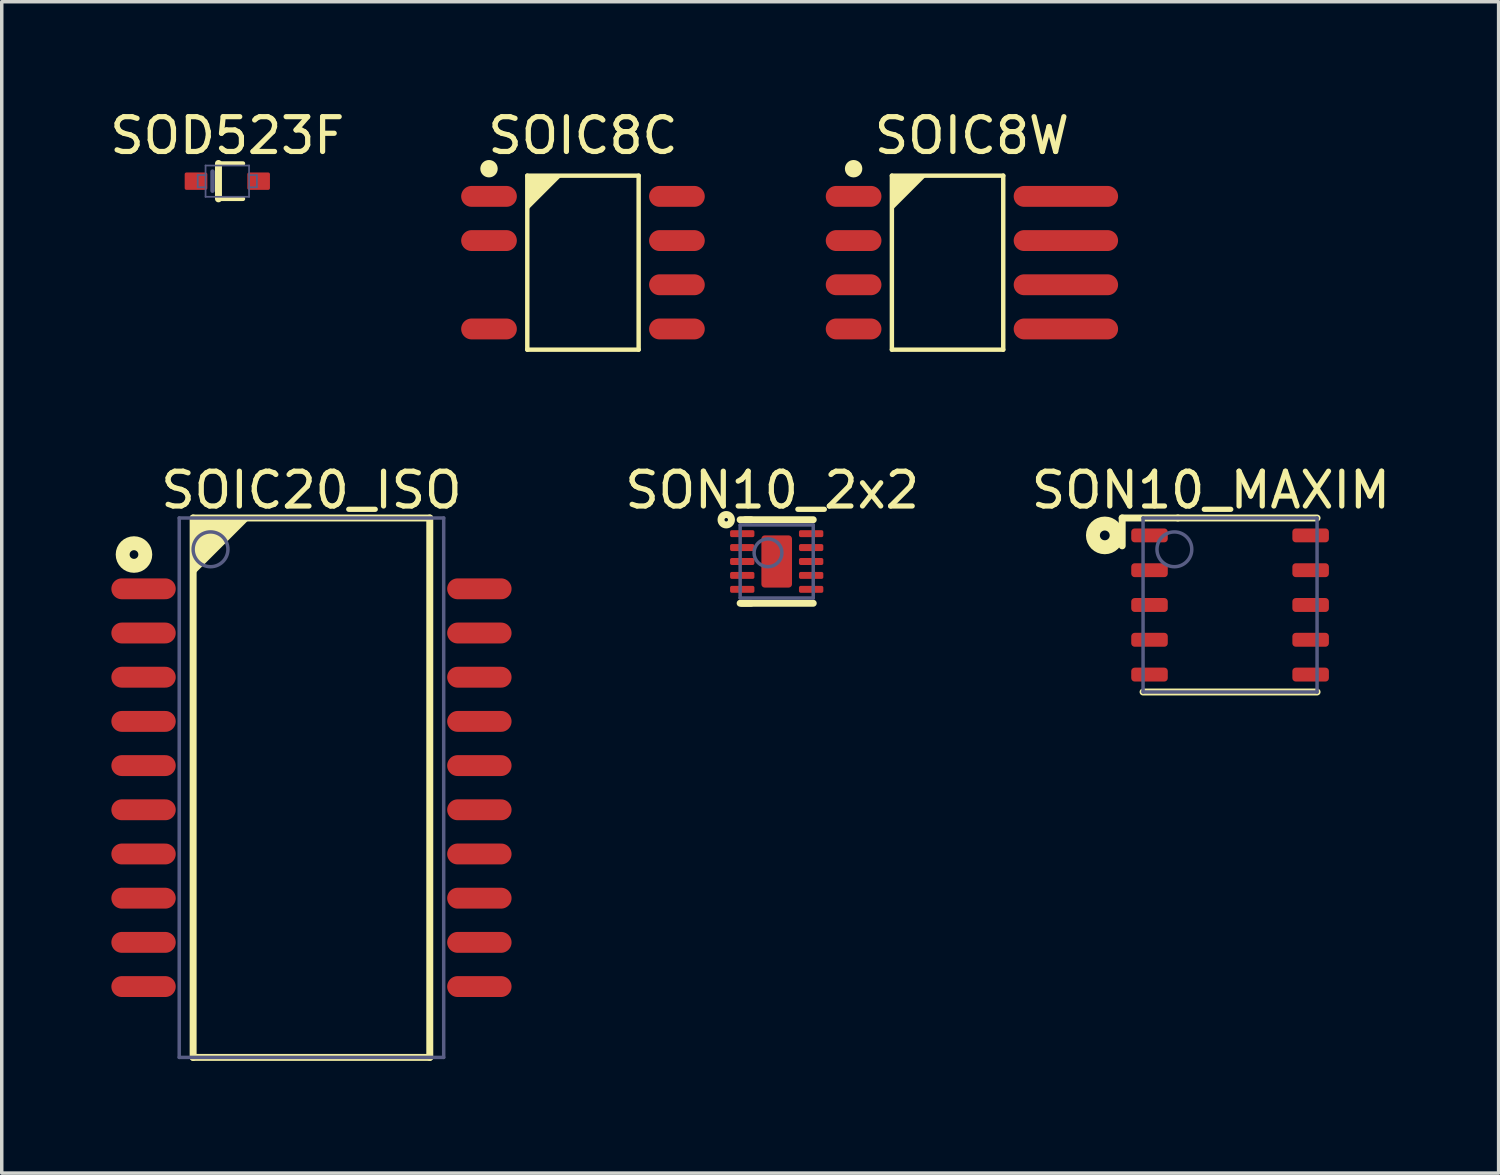
<source format=kicad_pcb>
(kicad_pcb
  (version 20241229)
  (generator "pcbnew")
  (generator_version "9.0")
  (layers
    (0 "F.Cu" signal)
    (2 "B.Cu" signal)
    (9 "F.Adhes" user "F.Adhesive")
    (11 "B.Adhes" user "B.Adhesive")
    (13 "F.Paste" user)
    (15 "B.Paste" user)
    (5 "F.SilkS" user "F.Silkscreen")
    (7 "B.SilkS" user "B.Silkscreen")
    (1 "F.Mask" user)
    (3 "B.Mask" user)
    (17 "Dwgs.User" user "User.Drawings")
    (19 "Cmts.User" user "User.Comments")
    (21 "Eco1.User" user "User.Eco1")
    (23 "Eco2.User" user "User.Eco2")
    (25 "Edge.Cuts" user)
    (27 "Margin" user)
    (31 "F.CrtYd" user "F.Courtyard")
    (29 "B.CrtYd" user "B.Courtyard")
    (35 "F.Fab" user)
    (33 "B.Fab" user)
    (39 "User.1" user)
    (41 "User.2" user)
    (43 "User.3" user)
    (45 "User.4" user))
  (footprint "SOIC8C"
    (layer "F.Cu")
    (at 13.702 4.498)
    (property "Reference" "SOIC8C" (at 0 -3.65 0) (layer "F.SilkS") (effects (font (size 1 1) (thickness 0.15))))
    (fp_line (start -1.6 -2.5) (end 1.6 -2.5) (stroke (width 0.127) (type solid)) (layer "F.SilkS"))
    (fp_line (start -1.6 2.5) (end -1.6 -2.5) (stroke (width 0.127) (type solid)) (layer "F.SilkS"))
    (fp_line (start -1.6 2.5) (end 1.6 2.5) (stroke (width 0.127) (type solid)) (layer "F.SilkS"))
    (fp_line (start 1.6 2.5) (end 1.6 -2.5) (stroke (width 0.127) (type solid)) (layer "F.SilkS"))
    (fp_circle (center -2.7 -2.7) (end -2.7 -2.825) (stroke (width 0.25) (type solid)) (fill no) (layer "F.SilkS"))
    (fp_poly (pts (xy -1.6 -2.5) (xy -0.6 -2.5) (xy -1.6 -1.5)) (stroke (width 0) (type default)) (fill yes) (layer "F.SilkS"))
    (fp_line (start -3.7 -2.65) (end 3.7 -2.65) (stroke (width 0.076) (type solid)) (layer "Eco2.User"))
    (fp_line (start -3.7 2.65) (end -3.7 -2.65) (stroke (width 0.076) (type solid)) (layer "Eco2.User"))
    (fp_line (start -3.7 2.65) (end 3.7 2.65) (stroke (width 0.076) (type solid)) (layer "Eco2.User"))
    (fp_line (start 3.7 2.65) (end 3.7 -2.65) (stroke (width 0.076) (type solid)) (layer "Eco2.User"))
    (fp_circle (center 0 0) (end 0 -0.25) (stroke (width 0.5) (type solid)) (fill no) (layer "Eco2.User"))
    (pad "1" smd oval (at -2.7 -1.905 90) (size 0.6 1.6) (layers "F.Cu" "F.Mask" "F.Paste"))
    (pad "2" smd oval (at -2.7 -0.635 90) (size 0.6 1.6) (layers "F.Cu" "F.Mask" "F.Paste"))
    (pad "4" smd oval (at -2.7 1.905 90) (size 0.6 1.6) (layers "F.Cu" "F.Mask" "F.Paste"))
    (pad "5" smd oval (at 2.7 1.905 90) (size 0.6 1.6) (layers "F.Cu" "F.Mask" "F.Paste"))
    (pad "6" smd oval (at 2.7 0.635 90) (size 0.6 1.6) (layers "F.Cu" "F.Mask" "F.Paste"))
    (pad "7" smd oval (at 2.7 -0.635 90) (size 0.6 1.6) (layers "F.Cu" "F.Mask" "F.Paste"))
    (pad "8" smd oval (at 2.7 -1.905 90) (size 0.6 1.6) (layers "F.Cu" "F.Mask" "F.Paste")))
  (footprint "SON10_2x2"
    (layer "F.Cu")
    (at 19.269 13.085)
    (property "Reference" "SON10_2x2" (at -0.13 -2.05 0) (layer "F.SilkS") (effects (font (size 1 1) (thickness 0.15))))
    (fp_line (start -1.05 -1.2) (end -0.74 -1.2) (stroke (width 0.2) (type solid)) (layer "F.SilkS"))
    (fp_line (start -1.05 1.2) (end -0.74 1.2) (stroke (width 0.2) (type solid)) (layer "F.SilkS"))
    (fp_line (start -1 1.2) (end 1.05 1.2) (stroke (width 0.2) (type solid)) (layer "F.SilkS"))
    (fp_line (start -0.9 -1.2) (end 1.05 -1.2) (stroke (width 0.2) (type solid)) (layer "F.SilkS"))
    (fp_circle (center -1.45 -1.2) (end -1.45 -1.25) (stroke (width 0.2) (type solid)) (fill no) (layer "F.SilkS"))
    (fp_line (start -1.605 -1.3) (end 1.605 -1.3) (stroke (width 0.05) (type solid)) (layer "Eco2.User"))
    (fp_line (start -1.605 1.3) (end -1.605 -1.3) (stroke (width 0.05) (type solid)) (layer "Eco2.User"))
    (fp_line (start -1.605 1.3) (end 1.605 1.3) (stroke (width 0.05) (type solid)) (layer "Eco2.User"))
    (fp_line (start -0.5 0) (end 0.5 0) (stroke (width 0.1) (type solid)) (layer "Eco2.User"))
    (fp_line (start 0 0.5) (end 0 -0.5) (stroke (width 0.1) (type solid)) (layer "Eco2.User"))
    (fp_line (start 1.605 1.3) (end 1.605 -1.3) (stroke (width 0.05) (type solid)) (layer "Eco2.User"))
    (fp_line (start -1.05 -1.05) (end 1.05 -1.05) (stroke (width 0.1) (type solid)) (layer "B.Fab"))
    (fp_line (start -1.05 1.05) (end -1.05 -1.05) (stroke (width 0.1) (type solid)) (layer "B.Fab"))
    (fp_line (start -1.05 1.05) (end 1.05 1.05) (stroke (width 0.1) (type solid)) (layer "B.Fab"))
    (fp_line (start 1.05 1.05) (end 1.05 -1.05) (stroke (width 0.1) (type solid)) (layer "B.Fab"))
    (fp_circle (center -0.25 -0.25) (end -0.25 -0.65) (stroke (width 0.1) (type solid)) (fill no) (layer "B.Fab"))
    (pad "1" smd roundrect (at -0.99 -0.8 90) (size 0.2 0.7) (layers "F.Cu" "F.Mask" "F.Paste") (roundrect_rratio 0.25))
    (pad "2" smd roundrect (at -0.99 -0.4 90) (size 0.2 0.7) (layers "F.Cu" "F.Mask" "F.Paste") (roundrect_rratio 0.25))
    (pad "3" smd roundrect (at -0.99 0 90) (size 0.2 0.7) (layers "F.Cu" "F.Mask" "F.Paste") (roundrect_rratio 0.25))
    (pad "4" smd roundrect (at -0.99 0.4 90) (size 0.2 0.7) (layers "F.Cu" "F.Mask" "F.Paste") (roundrect_rratio 0.25))
    (pad "5" smd roundrect (at -0.99 0.8 90) (size 0.2 0.7) (layers "F.Cu" "F.Mask" "F.Paste") (roundrect_rratio 0.25))
    (pad "6" smd roundrect (at 0.99 0.8 90) (size 0.2 0.7) (layers "F.Cu" "F.Mask" "F.Paste") (roundrect_rratio 0.25))
    (pad "7" smd roundrect (at 0.99 0.4 90) (size 0.2 0.7) (layers "F.Cu" "F.Mask" "F.Paste") (roundrect_rratio 0.25))
    (pad "8" smd roundrect (at 0.99 0 90) (size 0.2 0.7) (layers "F.Cu" "F.Mask" "F.Paste") (roundrect_rratio 0.25))
    (pad "9" smd roundrect (at 0.99 -0.4 90) (size 0.2 0.7) (layers "F.Cu" "F.Mask" "F.Paste") (roundrect_rratio 0.25))
    (pad "10" smd roundrect (at 0.99 -0.8 90) (size 0.2 0.7) (layers "F.Cu" "F.Mask" "F.Paste") (roundrect_rratio 0.25))
    (pad "11" smd roundrect (at 0 0 90) (size 1.5 0.88) (layers "F.Cu" "F.Mask" "F.Paste") (roundrect_rratio 0.11)))
  (footprint "SOIC8W"
    (layer "F.Cu")
    (at 24.179 4.498)
    (property "Reference" "SOIC8W" (at 0.7 -3.65 0) (layer "F.SilkS") (effects (font (size 1 1) (thickness 0.15))))
    (fp_line (start -1.6 -2.5) (end 1.6 -2.5) (stroke (width 0.127) (type solid)) (layer "F.SilkS"))
    (fp_line (start -1.6 2.5) (end -1.6 -2.5) (stroke (width 0.127) (type solid)) (layer "F.SilkS"))
    (fp_line (start -1.6 2.5) (end 1.6 2.5) (stroke (width 0.127) (type solid)) (layer "F.SilkS"))
    (fp_line (start 1.6 2.5) (end 1.6 -2.5) (stroke (width 0.127) (type solid)) (layer "F.SilkS"))
    (fp_circle (center -2.7 -2.7) (end -2.7 -2.825) (stroke (width 0.25) (type solid)) (fill no) (layer "F.SilkS"))
    (fp_poly (pts (xy -1.6 -2.5) (xy -0.6 -2.5) (xy -1.6 -1.5)) (stroke (width 0) (type default)) (fill yes) (layer "F.SilkS"))
    (fp_line (start -3.7 -2.65) (end 5.1 -2.65) (stroke (width 0.076) (type solid)) (layer "Eco2.User"))
    (fp_line (start -3.7 2.65) (end -3.7 -2.65) (stroke (width 0.076) (type solid)) (layer "Eco2.User"))
    (fp_line (start -3.7 2.65) (end 5.1 2.65) (stroke (width 0.076) (type solid)) (layer "Eco2.User"))
    (fp_line (start 5.1 2.65) (end 5.1 -2.65) (stroke (width 0.076) (type solid)) (layer "Eco2.User"))
    (fp_circle (center 0 0) (end 0 -0.25) (stroke (width 0.5) (type solid)) (fill no) (layer "Eco2.User"))
    (pad "1" smd oval (at -2.7 -1.905 90) (size 0.6 1.6) (layers "F.Cu" "F.Mask" "F.Paste"))
    (pad "2" smd oval (at -2.7 -0.635 90) (size 0.6 1.6) (layers "F.Cu" "F.Mask" "F.Paste"))
    (pad "3" smd oval (at -2.7 0.635 90) (size 0.6 1.6) (layers "F.Cu" "F.Mask" "F.Paste"))
    (pad "4" smd oval (at -2.7 1.905 90) (size 0.6 1.6) (layers "F.Cu" "F.Mask" "F.Paste"))
    (pad "5" smd oval (at 3.4 1.905 90) (size 0.6 3) (layers "F.Cu" "F.Mask" "F.Paste"))
    (pad "6" smd oval (at 3.4 0.635 90) (size 0.6 3) (layers "F.Cu" "F.Mask" "F.Paste"))
    (pad "7" smd oval (at 3.4 -0.635 90) (size 0.6 3) (layers "F.Cu" "F.Mask" "F.Paste"))
    (pad "8" smd oval (at 3.4 -1.905 90) (size 0.6 3) (layers "F.Cu" "F.Mask" "F.Paste")))
  (footprint "SOIC20_ISO"
    (layer "F.Cu")
    (at 5.9 19.585)
    (property "Reference" "SOIC20_ISO" (at 0 -8.55 0) (layer "F.SilkS") (effects (font (size 1 1) (thickness 0.15))))
    (fp_line (start -3.4 -7.75) (end 3.4 -7.75) (stroke (width 0.2) (type solid)) (layer "F.SilkS"))
    (fp_line (start -3.4 7.75) (end -3.4 -7.75) (stroke (width 0.2) (type solid)) (layer "F.SilkS"))
    (fp_line (start -3.4 7.75) (end 3.4 7.75) (stroke (width 0.2) (type solid)) (layer "F.SilkS"))
    (fp_line (start 3.4 7.75) (end 3.4 -7.75) (stroke (width 0.2) (type solid)) (layer "F.SilkS"))
    (fp_circle (center -5.1 -6.7) (end -5.1 -6.825) (stroke (width 0.4) (type solid)) (fill no) (layer "F.SilkS"))
    (fp_poly (pts (xy -1.711 -7.789) (xy -3.4 -6.1) (xy -3.4 -7.7)) (stroke (width 0) (type default)) (fill yes) (layer "F.SilkS"))
    (fp_line (start -5.875 -8.05) (end 5.875 -8.05) (stroke (width 0.05) (type solid)) (layer "Eco2.User"))
    (fp_line (start -5.875 8.05) (end -5.875 -8.05) (stroke (width 0.05) (type solid)) (layer "Eco2.User"))
    (fp_line (start -5.875 8.05) (end 5.875 8.05) (stroke (width 0.05) (type solid)) (layer "Eco2.User"))
    (fp_line (start -0.5 0) (end 0.5 0) (stroke (width 0.1) (type solid)) (layer "Eco2.User"))
    (fp_line (start 0 0.5) (end 0 -0.5) (stroke (width 0.1) (type solid)) (layer "Eco2.User"))
    (fp_line (start 5.875 8.05) (end 5.875 -8.05) (stroke (width 0.05) (type solid)) (layer "Eco2.User"))
    (fp_line (start -3.8 -7.75) (end 3.8 -7.75) (stroke (width 0.1) (type solid)) (layer "B.Fab"))
    (fp_line (start -3.8 7.75) (end -3.8 -7.75) (stroke (width 0.1) (type solid)) (layer "B.Fab"))
    (fp_line (start -3.8 7.75) (end 3.8 7.75) (stroke (width 0.1) (type solid)) (layer "B.Fab"))
    (fp_line (start 3.8 7.75) (end 3.8 -7.75) (stroke (width 0.1) (type solid)) (layer "B.Fab"))
    (fp_circle (center -2.9 -6.85) (end -2.9 -7.35) (stroke (width 0.1) (type solid)) (fill no) (layer "B.Fab"))
    (pad "1" smd oval (at -4.825 -5.715 90) (size 0.6 1.85) (layers "F.Cu" "F.Mask" "F.Paste"))
    (pad "2" smd oval (at -4.825 -4.445 90) (size 0.6 1.85) (layers "F.Cu" "F.Mask" "F.Paste"))
    (pad "3" smd oval (at -4.825 -3.175 90) (size 0.6 1.85) (layers "F.Cu" "F.Mask" "F.Paste"))
    (pad "4" smd oval (at -4.825 -1.905 90) (size 0.6 1.85) (layers "F.Cu" "F.Mask" "F.Paste"))
    (pad "5" smd oval (at -4.825 -0.635 90) (size 0.6 1.85) (layers "F.Cu" "F.Mask" "F.Paste"))
    (pad "6" smd oval (at -4.825 0.635 90) (size 0.6 1.85) (layers "F.Cu" "F.Mask" "F.Paste"))
    (pad "7" smd oval (at -4.825 1.905 90) (size 0.6 1.85) (layers "F.Cu" "F.Mask" "F.Paste"))
    (pad "8" smd oval (at -4.825 3.175 90) (size 0.6 1.85) (layers "F.Cu" "F.Mask" "F.Paste"))
    (pad "9" smd oval (at -4.825 4.445 90) (size 0.6 1.85) (layers "F.Cu" "F.Mask" "F.Paste"))
    (pad "10" smd oval (at -4.825 5.715 90) (size 0.6 1.85) (layers "F.Cu" "F.Mask" "F.Paste"))
    (pad "11" smd oval (at 4.825 5.715 90) (size 0.6 1.85) (layers "F.Cu" "F.Mask" "F.Paste"))
    (pad "12" smd oval (at 4.825 4.445 90) (size 0.6 1.85) (layers "F.Cu" "F.Mask" "F.Paste"))
    (pad "13" smd oval (at 4.825 3.175 90) (size 0.6 1.85) (layers "F.Cu" "F.Mask" "F.Paste"))
    (pad "14" smd oval (at 4.825 1.905 90) (size 0.6 1.85) (layers "F.Cu" "F.Mask" "F.Paste"))
    (pad "15" smd oval (at 4.825 0.635 90) (size 0.6 1.85) (layers "F.Cu" "F.Mask" "F.Paste"))
    (pad "16" smd oval (at 4.825 -0.635 90) (size 0.6 1.85) (layers "F.Cu" "F.Mask" "F.Paste"))
    (pad "17" smd oval (at 4.825 -1.905 90) (size 0.6 1.85) (layers "F.Cu" "F.Mask" "F.Paste"))
    (pad "18" smd oval (at 4.825 -3.175 90) (size 0.6 1.85) (layers "F.Cu" "F.Mask" "F.Paste"))
    (pad "19" smd oval (at 4.825 -4.445 90) (size 0.6 1.85) (layers "F.Cu" "F.Mask" "F.Paste"))
    (pad "20" smd oval (at 4.825 -5.715 90) (size 0.6 1.85) (layers "F.Cu" "F.Mask" "F.Paste")))
  (footprint "SON10_MAXIM"
    (layer "F.Cu")
    (at 32.297 14.335)
    (property "Reference" "SON10_MAXIM" (at -0.551 -3.3 0) (layer "F.SilkS") (effects (font (size 1 1) (thickness 0.15))))
    (fp_line (start -3.1 -2.5) (end -1.5 -2.5) (stroke (width 0.2) (type solid)) (layer "F.SilkS"))
    (fp_line (start -3.1 -1.7) (end -3.1 -2.5) (stroke (width 0.2) (type solid)) (layer "F.SilkS"))
    (fp_line (start -2.5 2.5) (end 2.5 2.5) (stroke (width 0.2) (type solid)) (layer "F.SilkS"))
    (fp_line (start -1.5 -2.5) (end 2.5 -2.5) (stroke (width 0.2) (type solid)) (layer "F.SilkS"))
    (fp_circle (center -3.6 -2) (end -3.6 -2.141) (stroke (width 0.4) (type solid)) (fill no) (layer "F.SilkS"))
    (fp_line (start -3.085 -2.75) (end 3.085 -2.75) (stroke (width 0.05) (type solid)) (layer "Eco2.User"))
    (fp_line (start -3.085 2.75) (end -3.085 -2.75) (stroke (width 0.05) (type solid)) (layer "Eco2.User"))
    (fp_line (start -3.085 2.75) (end 3.085 2.75) (stroke (width 0.05) (type solid)) (layer "Eco2.User"))
    (fp_line (start -0.5 0) (end 0.5 0) (stroke (width 0.1) (type solid)) (layer "Eco2.User"))
    (fp_line (start 0 0.5) (end 0 -0.5) (stroke (width 0.1) (type solid)) (layer "Eco2.User"))
    (fp_line (start 3.085 2.75) (end 3.085 -2.75) (stroke (width 0.05) (type solid)) (layer "Eco2.User"))
    (fp_line (start -2.5 -2.5) (end 2.5 -2.5) (stroke (width 0.1) (type solid)) (layer "B.Fab"))
    (fp_line (start -2.5 2.5) (end -2.5 -2.5) (stroke (width 0.1) (type solid)) (layer "B.Fab"))
    (fp_line (start -2.5 2.5) (end 2.5 2.5) (stroke (width 0.1) (type solid)) (layer "B.Fab"))
    (fp_line (start 2.5 2.5) (end 2.5 -2.5) (stroke (width 0.1) (type solid)) (layer "B.Fab"))
    (fp_circle (center -1.6 -1.6) (end -1.6 -2.1) (stroke (width 0.1) (type solid)) (fill no) (layer "B.Fab"))
    (pad "1" smd roundrect (at -2.315 -2 90) (size 0.4 1.05) (layers "F.Cu" "F.Mask" "F.Paste") (roundrect_rratio 0.25))
    (pad "2" smd roundrect (at -2.315 -1 90) (size 0.4 1.05) (layers "F.Cu" "F.Mask" "F.Paste") (roundrect_rratio 0.25))
    (pad "3" smd roundrect (at -2.315 0 90) (size 0.4 1.05) (layers "F.Cu" "F.Mask" "F.Paste") (roundrect_rratio 0.25))
    (pad "4" smd roundrect (at -2.315 1 90) (size 0.4 1.05) (layers "F.Cu" "F.Mask" "F.Paste") (roundrect_rratio 0.25))
    (pad "5" smd roundrect (at -2.315 2 90) (size 0.4 1.05) (layers "F.Cu" "F.Mask" "F.Paste") (roundrect_rratio 0.25))
    (pad "6" smd roundrect (at 2.315 2 90) (size 0.4 1.05) (layers "F.Cu" "F.Mask" "F.Paste") (roundrect_rratio 0.25))
    (pad "7" smd roundrect (at 2.315 1 90) (size 0.4 1.05) (layers "F.Cu" "F.Mask" "F.Paste") (roundrect_rratio 0.25))
    (pad "8" smd roundrect (at 2.315 0 90) (size 0.4 1.05) (layers "F.Cu" "F.Mask" "F.Paste") (roundrect_rratio 0.25))
    (pad "9" smd roundrect (at 2.315 -1 90) (size 0.4 1.05) (layers "F.Cu" "F.Mask" "F.Paste") (roundrect_rratio 0.25))
    (pad "10" smd roundrect (at 2.315 -2 90) (size 0.4 1.05) (layers "F.Cu" "F.Mask" "F.Paste") (roundrect_rratio 0.25)))
  (footprint "SOD523F"
    (layer "F.Cu")
    (at 3.482 2.156)
    (property "Reference" "SOD523F" (at 0 -1.308 0) (layer "F.SilkS") (effects (font (size 1 1) (thickness 0.15))))
    (fp_line (start -0.254 -0.508) (end 0.45 -0.508) (stroke (width 0.127) (type solid)) (layer "F.SilkS"))
    (fp_line (start -0.254 0.508) (end -0.254 -0.508) (stroke (width 0.2) (type solid)) (layer "F.SilkS"))
    (fp_line (start -0.254 0.508) (end 0.45 0.508) (stroke (width 0.127) (type solid)) (layer "F.SilkS"))
    (fp_line (start -1.4 -0.65) (end 1.4 -0.65) (stroke (width 0.076) (type solid)) (layer "Eco2.User"))
    (fp_line (start -1.4 0.65) (end -1.4 -0.65) (stroke (width 0.076) (type solid)) (layer "Eco2.User"))
    (fp_line (start -1.4 0.65) (end 1.4 0.65) (stroke (width 0.076) (type solid)) (layer "Eco2.User"))
    (fp_line (start 1.4 0.65) (end 1.4 -0.65) (stroke (width 0.076) (type solid)) (layer "Eco2.User"))
    (fp_circle (center 0 0) (end 0 -0.127) (stroke (width 0.254) (type solid)) (fill no) (layer "Eco2.User"))
    (fp_line (start -0.85 -0.175) (end -0.625 -0.175) (stroke (width 0.05) (type solid)) (layer "B.Fab"))
    (fp_line (start -0.85 0.175) (end -0.85 -0.175) (stroke (width 0.05) (type solid)) (layer "B.Fab"))
    (fp_line (start -0.85 0.175) (end -0.625 0.175) (stroke (width 0.05) (type solid)) (layer "B.Fab"))
    (fp_line (start -0.625 -0.45) (end 0.625 -0.45) (stroke (width 0.05) (type solid)) (layer "B.Fab"))
    (fp_line (start -0.625 -0.175) (end -0.625 -0.45) (stroke (width 0.05) (type solid)) (layer "B.Fab"))
    (fp_line (start -0.625 0.175) (end -0.625 -0.175) (stroke (width 0.05) (type solid)) (layer "B.Fab"))
    (fp_line (start -0.625 0.45) (end -0.625 0.175) (stroke (width 0.05) (type solid)) (layer "B.Fab"))
    (fp_line (start -0.625 0.45) (end 0.625 0.45) (stroke (width 0.05) (type solid)) (layer "B.Fab"))
    (fp_line (start -0.425 0.275) (end -0.425 -0.275) (stroke (width 0.127) (type solid)) (layer "B.Fab"))
    (fp_line (start 0.625 -0.175) (end 0.625 -0.45) (stroke (width 0.05) (type solid)) (layer "B.Fab"))
    (fp_line (start 0.625 -0.175) (end 0.85 -0.175) (stroke (width 0.05) (type solid)) (layer "B.Fab"))
    (fp_line (start 0.625 0.175) (end 0.625 -0.175) (stroke (width 0.05) (type solid)) (layer "B.Fab"))
    (fp_line (start 0.625 0.175) (end 0.85 0.175) (stroke (width 0.05) (type solid)) (layer "B.Fab"))
    (fp_line (start 0.625 0.45) (end 0.625 0.175) (stroke (width 0.05) (type solid)) (layer "B.Fab"))
    (fp_line (start 0.85 0.175) (end 0.85 -0.175) (stroke (width 0.05) (type solid)) (layer "B.Fab"))
    (fp_text_box "" (start -0.9 0.625) (end -0.9 0.625) (margins 0.35 0.35 0.35 0.35) (layer "F.Cu") (effects (font (size 0.4 0.05) (thickness 0.35)) (justify left bottom)) (border yes) (stroke (width 0.1) (type default)))
    (pad "A" smd roundrect (at 0.9 0) (size 0.65 0.5) (layers "F.Cu" "F.Mask" "F.Paste") (roundrect_rratio 0.1))
    (pad "K" smd roundrect (at -0.9 0) (size 0.65 0.5) (layers "F.Cu" "F.Mask" "F.Paste") (roundrect_rratio 0.1)))
  (gr_rect
    (start -3 -3)
    (end 40.014 30.66)
    (stroke (width 0.1) (type default))
    (fill no)
    (layer "Edge.Cuts")))
</source>
